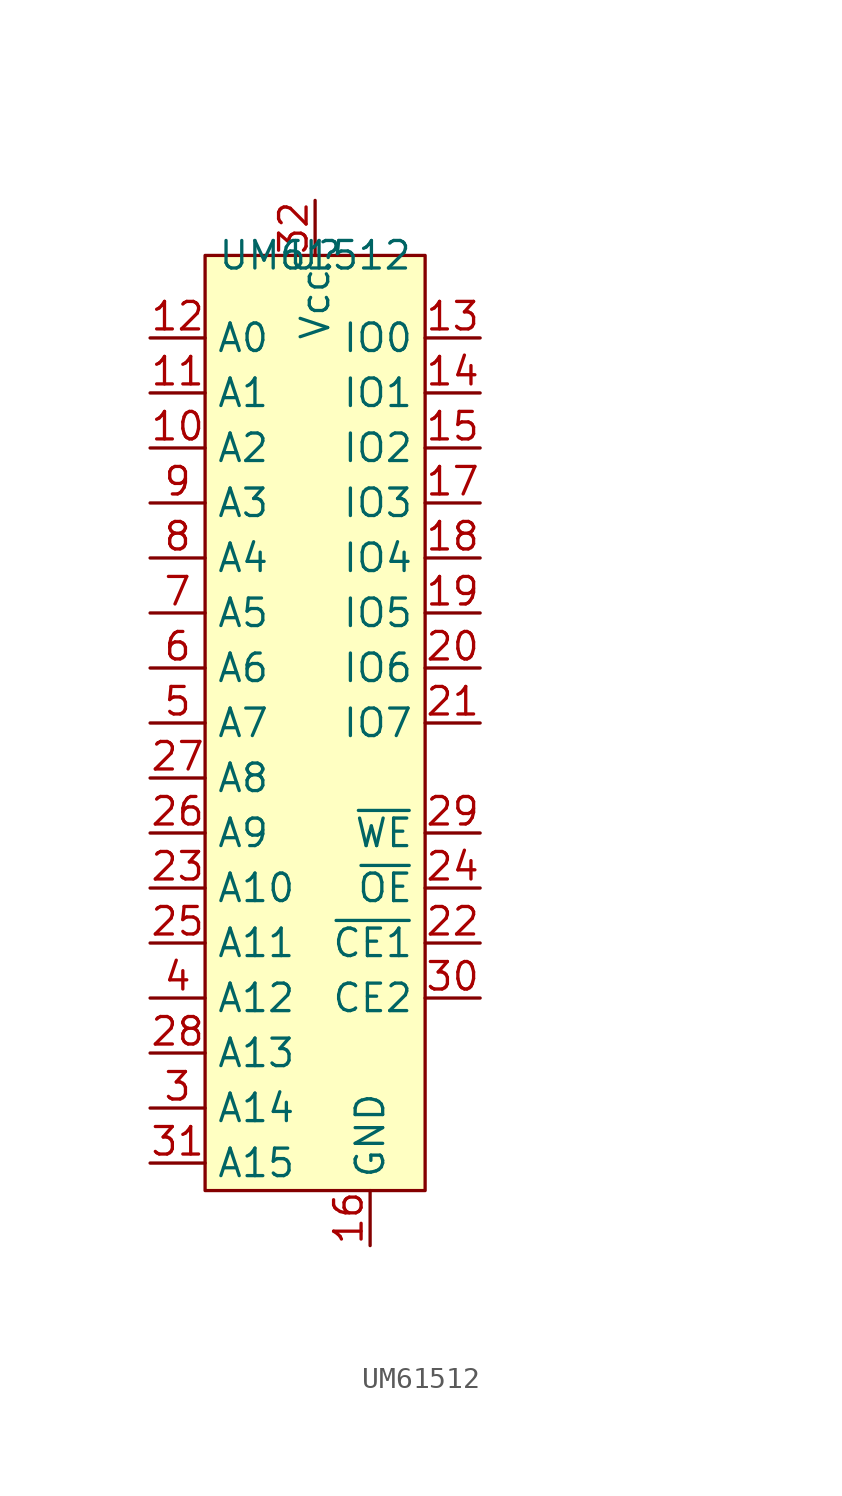
<source format=kicad_sym>
(kicad_symbol_lib
  (version 20211014)
  (generator kicad_symbol_editor)
  (symbol "UM61512"
    (property "Reference" "U"
      (at 0 0 0)
      (effects (font (size 1.27 1.27))))
    (property "Value" "UM61512"
      (at 0 0 0)
      (effects (font (size 1.27 1.27))))
    (symbol "UM61512_0_1"
      (rectangle (start -5.08 -43.18) (end 5.08 0) (stroke (width 0) (type default) (color 0 0 0 0)) (fill (type background))))
    (symbol "UM61512_1_1"
      (pin no_connect line (at 15.24 -36.83 90) (length 2.54) hide (name "N/C" (effects (font (size 1.27 1.27)))) (number "1" (effects (font (size 1.27 1.27)))))
      (pin input line (at -7.62 -8.89 0) (length 2.54) (name "A2" (effects (font (size 1.27 1.27)))) (number "10" (effects (font (size 1.27 1.27)))))
      (pin input line (at -7.62 -6.35 0) (length 2.54) (name "A1" (effects (font (size 1.27 1.27)))) (number "11" (effects (font (size 1.27 1.27)))))
      (pin input line (at -7.62 -3.81 0) (length 2.54) (name "A0" (effects (font (size 1.27 1.27)))) (number "12" (effects (font (size 1.27 1.27)))))
      (pin bidirectional line (at 7.62 -3.81 180) (length 2.54) (name "IO0" (effects (font (size 1.27 1.27)))) (number "13" (effects (font (size 1.27 1.27)))))
      (pin bidirectional line (at 7.62 -6.35 180) (length 2.54) (name "IO1" (effects (font (size 1.27 1.27)))) (number "14" (effects (font (size 1.27 1.27)))))
      (pin bidirectional line (at 7.62 -8.89 180) (length 2.54) (name "IO2" (effects (font (size 1.27 1.27)))) (number "15" (effects (font (size 1.27 1.27)))))
      (pin power_in line (at 2.54 -45.72 90) (length 2.54) (name "GND" (effects (font (size 1.27 1.27)))) (number "16" (effects (font (size 1.27 1.27)))))
      (pin bidirectional line (at 7.62 -11.43 180) (length 2.54) (name "IO3" (effects (font (size 1.27 1.27)))) (number "17" (effects (font (size 1.27 1.27)))))
      (pin bidirectional line (at 7.62 -13.97 180) (length 2.54) (name "IO4" (effects (font (size 1.27 1.27)))) (number "18" (effects (font (size 1.27 1.27)))))
      (pin bidirectional line (at 7.62 -16.51 180) (length 2.54) (name "IO5" (effects (font (size 1.27 1.27)))) (number "19" (effects (font (size 1.27 1.27)))))
      (pin no_connect line (at 17.78 -36.83 90) (length 2.54) hide (name "N/C" (effects (font (size 1.27 1.27)))) (number "2" (effects (font (size 1.27 1.27)))))
      (pin bidirectional line (at 7.62 -19.05 180) (length 2.54) (name "IO6" (effects (font (size 1.27 1.27)))) (number "20" (effects (font (size 1.27 1.27)))))
      (pin bidirectional line (at 7.62 -21.59 180) (length 2.54) (name "IO7" (effects (font (size 1.27 1.27)))) (number "21" (effects (font (size 1.27 1.27)))))
      (pin input line (at 7.62 -31.75 180) (length 2.54) (name "~{CE1}" (effects (font (size 1.27 1.27)))) (number "22" (effects (font (size 1.27 1.27)))))
      (pin input line (at -7.62 -29.21 0) (length 2.54) (name "A10" (effects (font (size 1.27 1.27)))) (number "23" (effects (font (size 1.27 1.27)))))
      (pin input line (at 7.62 -29.21 180) (length 2.54) (name "~{OE}" (effects (font (size 1.27 1.27)))) (number "24" (effects (font (size 1.27 1.27)))))
      (pin input line (at -7.62 -31.75 0) (length 2.54) (name "A11" (effects (font (size 1.27 1.27)))) (number "25" (effects (font (size 1.27 1.27)))))
      (pin input line (at -7.62 -26.67 0) (length 2.54) (name "A9" (effects (font (size 1.27 1.27)))) (number "26" (effects (font (size 1.27 1.27)))))
      (pin input line (at -7.62 -24.13 0) (length 2.54) (name "A8" (effects (font (size 1.27 1.27)))) (number "27" (effects (font (size 1.27 1.27)))))
      (pin input line (at -7.62 -36.83 0) (length 2.54) (name "A13" (effects (font (size 1.27 1.27)))) (number "28" (effects (font (size 1.27 1.27)))))
      (pin input line (at 7.62 -26.67 180) (length 2.54) (name "~{WE}" (effects (font (size 1.27 1.27)))) (number "29" (effects (font (size 1.27 1.27)))))
      (pin input line (at -7.62 -39.37 0) (length 2.54) (name "A14" (effects (font (size 1.27 1.27)))) (number "3" (effects (font (size 1.27 1.27)))))
      (pin input line (at 7.62 -34.29 180) (length 2.54) (name "CE2" (effects (font (size 1.27 1.27)))) (number "30" (effects (font (size 1.27 1.27)))))
      (pin input line (at -7.62 -41.91 0) (length 2.54) (name "A15" (effects (font (size 1.27 1.27)))) (number "31" (effects (font (size 1.27 1.27)))))
      (pin power_in line (at 0 2.54 270) (length 2.54) (name "Vcc" (effects (font (size 1.27 1.27)))) (number "32" (effects (font (size 1.27 1.27)))))
      (pin input line (at -7.62 -34.29 0) (length 2.54) (name "A12" (effects (font (size 1.27 1.27)))) (number "4" (effects (font (size 1.27 1.27)))))
      (pin input line (at -7.62 -21.59 0) (length 2.54) (name "A7" (effects (font (size 1.27 1.27)))) (number "5" (effects (font (size 1.27 1.27)))))
      (pin input line (at -7.62 -19.05 0) (length 2.54) (name "A6" (effects (font (size 1.27 1.27)))) (number "6" (effects (font (size 1.27 1.27)))))
      (pin input line (at -7.62 -16.51 0) (length 2.54) (name "A5" (effects (font (size 1.27 1.27)))) (number "7" (effects (font (size 1.27 1.27)))))
      (pin input line (at -7.62 -13.97 0) (length 2.54) (name "A4" (effects (font (size 1.27 1.27)))) (number "8" (effects (font (size 1.27 1.27)))))
      (pin input line (at -7.62 -11.43 0) (length 2.54) (name "A3" (effects (font (size 1.27 1.27)))) (number "9" (effects (font (size 1.27 1.27))))))))
</source>
